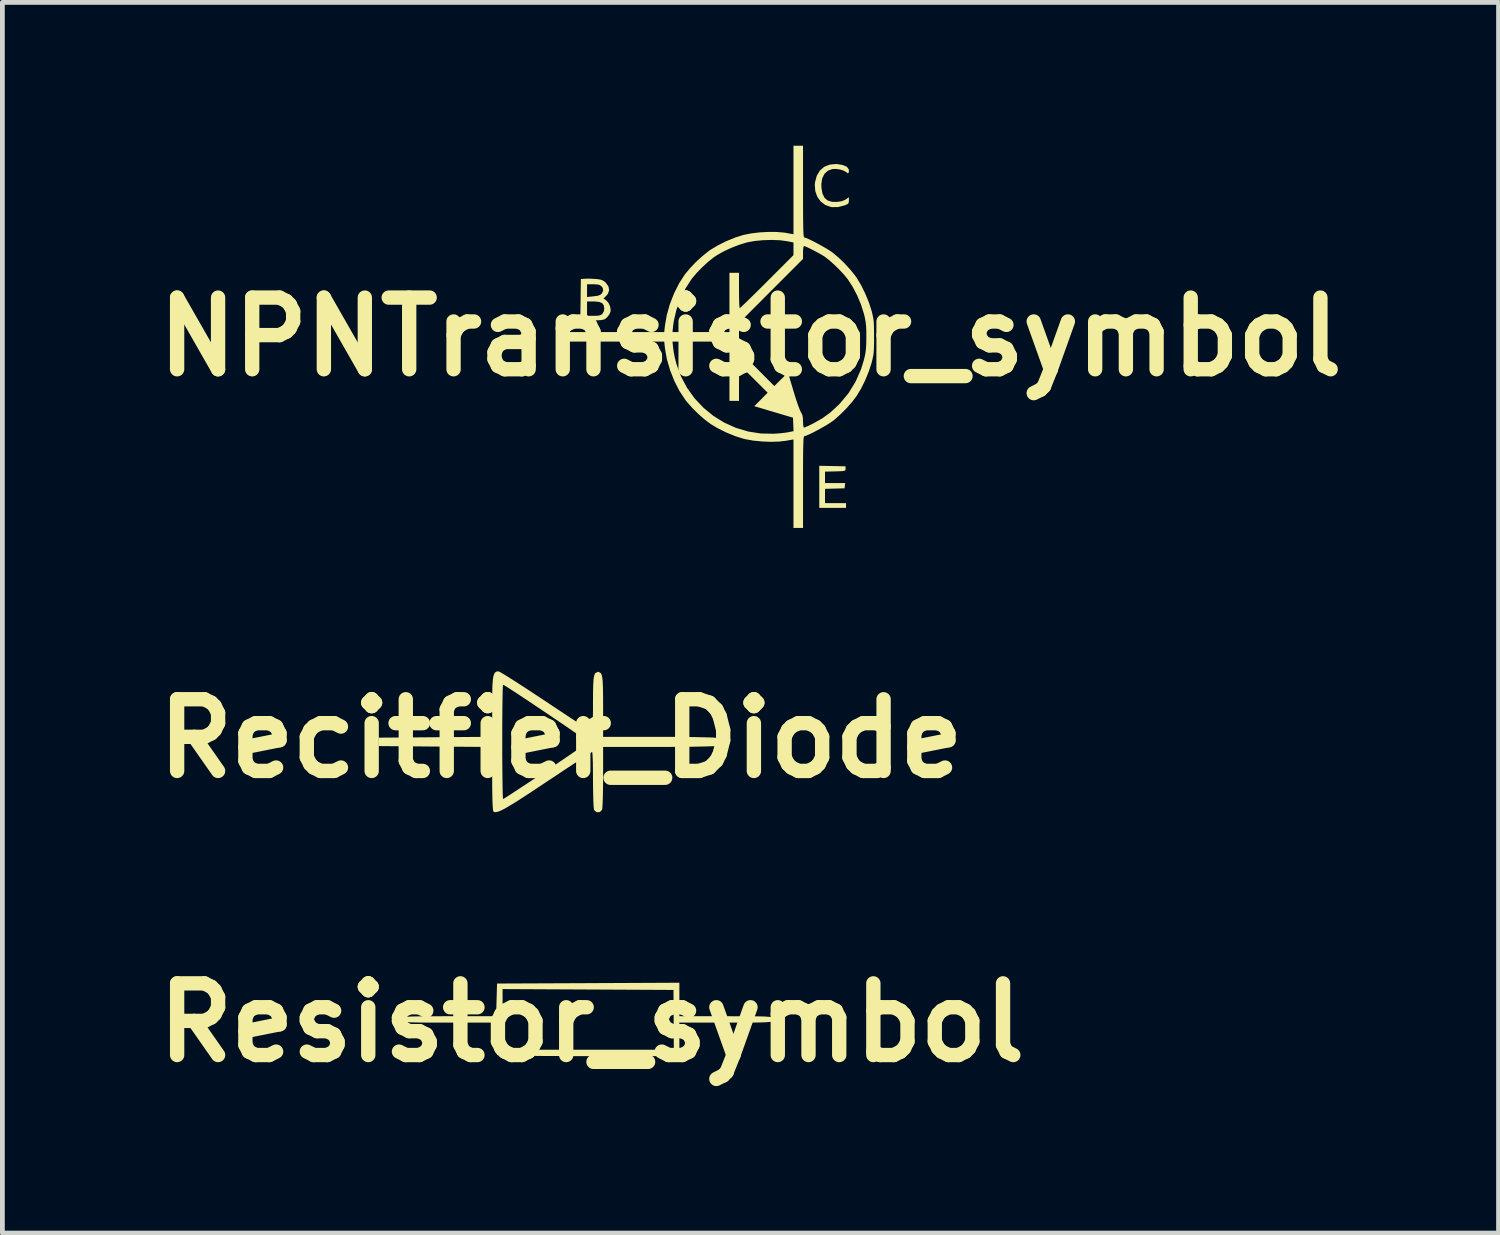
<source format=kicad_pcb>
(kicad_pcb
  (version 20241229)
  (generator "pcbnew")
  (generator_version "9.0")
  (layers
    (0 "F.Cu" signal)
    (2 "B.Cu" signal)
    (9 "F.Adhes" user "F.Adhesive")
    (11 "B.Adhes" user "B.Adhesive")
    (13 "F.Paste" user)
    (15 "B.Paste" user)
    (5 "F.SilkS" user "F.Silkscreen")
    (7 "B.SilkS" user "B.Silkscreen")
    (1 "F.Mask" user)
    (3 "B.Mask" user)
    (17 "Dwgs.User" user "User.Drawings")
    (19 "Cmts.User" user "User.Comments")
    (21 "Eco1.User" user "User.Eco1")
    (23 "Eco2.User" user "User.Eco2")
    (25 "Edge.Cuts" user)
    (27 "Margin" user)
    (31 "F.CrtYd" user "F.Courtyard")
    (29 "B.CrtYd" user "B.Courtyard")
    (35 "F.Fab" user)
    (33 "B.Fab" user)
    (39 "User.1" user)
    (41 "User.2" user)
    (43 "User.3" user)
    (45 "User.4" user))
  (footprint "Resistor_symbol"
    (layer "F.Cu")
    (at 9.336 18.353)
    (property "Reference" "Resistor_symbol" (at 0 0 0) (layer "F.SilkS") (effects (font (size 1.5 1.5) (thickness 0.3))))
    (attr board_only exclude_from_pos_files exclude_from_bom)
    (fp_poly (pts (xy 1.833 -0.484) (xy 1.833 -0.134) (xy 2.817 -0.134) (xy 3.098 -0.133) (xy 3.32 -0.133) (xy 3.49 -0.131) (xy 3.614 -0.128) (xy 3.699 -0.122) (xy 3.754 -0.114) (xy 3.784 -0.103) (xy 3.797 -0.089) (xy 3.8 -0.071) (xy 3.8 -0.067) (xy 3.798 -0.048) (xy 3.787 -0.033) (xy 3.761 -0.021) (xy 3.712 -0.013) (xy 3.633 -0.007) (xy 3.517 -0.003) (xy 3.357 -0.001) (xy 3.145 -0.000213) (xy 2.876 -0.000003) (xy 2.817 -0.000001) (xy 1.833 -0.000001) (xy 1.833 0.35) (xy 1.833 0.701) (xy -0.061 0.701) (xy -0.41 0.701) (xy -0.74 0.699) (xy -1.043 0.698) (xy -1.314 0.695) (xy -1.547 0.693) (xy -1.735 0.689) (xy -1.874 0.686) (xy -1.956 0.682) (xy -1.978 0.679) (xy -1.987 0.638) (xy -1.995 0.546) (xy -1.999 0.418) (xy -2 0.328) (xy -2 -0.000001) (xy -2.983 -0.000001) (xy -3.265 -0.000134) (xy -3.487 -0.001) (xy -3.656 -0.003) (xy -3.78 -0.006) (xy -3.866 -0.011) (xy -3.92 -0.019) (xy -3.95 -0.03) (xy -3.964 -0.044) (xy -3.967 -0.063) (xy -3.967 -0.067) (xy -3.967 -0.067) (xy -1.867 -0.067) (xy -1.867 0.567) (xy -0.075 0.567) (xy 1.717 0.567) (xy 1.713 -0.058) (xy 1.71 -0.684) (xy -0.078 -0.693) (xy -1.867 -0.702) (xy -1.867 -0.067) (xy -3.967 -0.067) (xy -3.965 -0.086) (xy -3.954 -0.101) (xy -3.928 -0.112) (xy -3.878 -0.121) (xy -3.799 -0.127) (xy -3.683 -0.13) (xy -3.523 -0.132) (xy -3.312 -0.133) (xy -3.042 -0.134) (xy -2.985 -0.134) (xy -2.002 -0.134) (xy -1.993 -0.476) (xy -1.983 -0.818) (xy -0.075 -0.826) (xy 1.833 -0.835)) (stroke (width 0) (type solid)) (fill yes) (layer "F.SilkS")))
  (footprint "Recitfier_Diode"
    (layer "F.Cu")
    (at 8.693 12.407)
    (property "Reference" "Recitfier_Diode" (at 0 0 0) (layer "F.SilkS") (effects (font (size 1.5 1.5) (thickness 0.3))))
    (attr board_only exclude_from_pos_files exclude_from_bom)
    (fp_poly (pts (xy -1.272 -1.388) (xy -1.182 -1.335) (xy -1.047 -1.251) (xy -0.877 -1.142) (xy -0.677 -1.012) (xy -0.455 -0.866) (xy -0.317 -0.774) (xy -0.087 -0.621) (xy 0.124 -0.481) (xy 0.309 -0.359) (xy 0.461 -0.26) (xy 0.573 -0.188) (xy 0.637 -0.148) (xy 0.65 -0.141) (xy 0.656 -0.174) (xy 0.661 -0.266) (xy 0.665 -0.406) (xy 0.668 -0.581) (xy 0.668 -0.734) (xy 0.669 -0.961) (xy 0.673 -1.126) (xy 0.68 -1.241) (xy 0.692 -1.315) (xy 0.708 -1.357) (xy 0.721 -1.372) (xy 0.777 -1.398) (xy 0.827 -1.372) (xy 0.846 -1.345) (xy 0.86 -1.293) (xy 0.87 -1.208) (xy 0.876 -1.08) (xy 0.879 -0.899) (xy 0.88 -0.682) (xy 0.88 -0.035) (xy 2.038 -0.035) (xy 2.318 -0.035) (xy 2.577 -0.033) (xy 2.807 -0.03) (xy 2.998 -0.026) (xy 3.141 -0.022) (xy 3.229 -0.017) (xy 3.251 -0.014) (xy 3.299 0.034) (xy 3.301 0.101) (xy 3.257 0.152) (xy 3.251 0.155) (xy 3.204 0.16) (xy 3.095 0.164) (xy 2.932 0.168) (xy 2.726 0.172) (xy 2.485 0.174) (xy 2.216 0.176) (xy 2.038 0.176) (xy 0.88 0.176) (xy 0.88 0.806) (xy 0.878 1.013) (xy 0.875 1.198) (xy 0.87 1.348) (xy 0.864 1.451) (xy 0.858 1.492) (xy 0.81 1.54) (xy 0.743 1.542) (xy 0.692 1.498) (xy 0.69 1.492) (xy 0.683 1.44) (xy 0.676 1.33) (xy 0.672 1.176) (xy 0.669 0.991) (xy 0.668 0.859) (xy 0.667 0.666) (xy 0.665 0.501) (xy 0.66 0.374) (xy 0.655 0.298) (xy 0.65 0.281) (xy 0.618 0.3) (xy 0.534 0.354) (xy 0.405 0.437) (xy 0.24 0.546) (xy 0.044 0.675) (xy -0.175 0.821) (xy -0.317 0.915) (xy -0.594 1.099) (xy -0.819 1.246) (xy -0.998 1.36) (xy -1.137 1.443) (xy -1.241 1.499) (xy -1.316 1.531) (xy -1.369 1.542) (xy -1.404 1.536) (xy -1.419 1.524) (xy -1.426 1.483) (xy -1.433 1.384) (xy -1.438 1.236) (xy -1.441 1.052) (xy -1.442 0.843) (xy -1.442 0.839) (xy -1.442 0.177) (xy -2.63 0.168) (xy -3.817 0.158) (xy -3.817 0.07) (xy -1.231 0.07) (xy -1.231 0.353) (xy -1.229 0.611) (xy -1.227 0.838) (xy -1.224 1.024) (xy -1.221 1.163) (xy -1.217 1.246) (xy -1.214 1.266) (xy -1.181 1.248) (xy -1.097 1.195) (xy -0.97 1.112) (xy -0.806 1.004) (xy -0.612 0.877) (xy -0.397 0.734) (xy -0.317 0.68) (xy -0.096 0.533) (xy 0.104 0.397) (xy 0.277 0.278) (xy 0.415 0.182) (xy 0.512 0.113) (xy 0.559 0.075) (xy 0.563 0.07) (xy 0.535 0.047) (xy 0.457 -0.01) (xy 0.338 -0.093) (xy 0.186 -0.198) (xy 0.01 -0.318) (xy -0.18 -0.447) (xy -0.378 -0.58) (xy -0.573 -0.711) (xy -0.756 -0.833) (xy -0.921 -0.942) (xy -1.056 -1.03) (xy -1.155 -1.093) (xy -1.208 -1.124) (xy -1.214 -1.126) (xy -1.218 -1.092) (xy -1.222 -0.996) (xy -1.225 -0.845) (xy -1.228 -0.649) (xy -1.23 -0.415) (xy -1.231 -0.15) (xy -1.231 0.07) (xy -3.817 0.07) (xy -3.817 -0.018) (xy -2.63 -0.027) (xy -1.442 -0.036) (xy -1.442 -0.679) (xy -1.441 -0.925) (xy -1.437 -1.109) (xy -1.427 -1.24) (xy -1.411 -1.326) (xy -1.387 -1.377) (xy -1.354 -1.401) (xy -1.312 -1.407)) (stroke (width 0) (type solid)) (fill yes) (layer "F.SilkS")))
  (footprint "NPNTransistor_symbol"
    (layer "F.Cu")
    (at 12.657 4)
    (property "Reference" "NPNTransistor_symbol" (at 0 0 0) (layer "F.SilkS") (effects (font (size 1.5 1.5) (thickness 0.3))))
    (attr board_only exclude_from_pos_files exclude_from_bom)
    (fp_poly (pts (xy 1.715 2.704) (xy 1.99 2.71) (xy 1.99 2.76) (xy 1.989 2.782) (xy 1.98 2.797) (xy 1.958 2.806) (xy 1.914 2.811) (xy 1.842 2.814) (xy 1.775 2.816) (xy 1.56 2.821) (xy 1.56 2.941) (xy 1.56 3.06) (xy 1.771 3.06) (xy 1.983 3.06) (xy 1.976 3.115) (xy 1.97 3.17) (xy 1.765 3.176) (xy 1.56 3.181) (xy 1.56 3.331) (xy 1.56 3.48) (xy 1.78 3.48) (xy 2 3.48) (xy 2 3.53) (xy 2 3.58) (xy 1.72 3.58) (xy 1.44 3.58) (xy 1.44 3.139) (xy 1.44 2.699)) (stroke (width 0) (type solid)) (fill yes) (layer "F.SilkS"))
    (fp_poly (pts (xy 1.82 -3.615) (xy 1.935 -3.595) (xy 2.013 -3.562) (xy 2.053 -3.515) (xy 2.06 -3.479) (xy 2.055 -3.433) (xy 2.038 -3.423) (xy 2.003 -3.447) (xy 2.001 -3.449) (xy 1.947 -3.48) (xy 1.87 -3.503) (xy 1.787 -3.515) (xy 1.715 -3.512) (xy 1.619 -3.476) (xy 1.547 -3.41) (xy 1.501 -3.316) (xy 1.483 -3.197) (xy 1.486 -3.118) (xy 1.507 -2.997) (xy 1.55 -2.91) (xy 1.615 -2.854) (xy 1.706 -2.826) (xy 1.809 -2.824) (xy 1.908 -2.838) (xy 1.981 -2.868) (xy 1.996 -2.877) (xy 2.06 -2.923) (xy 2.06 -2.853) (xy 2.056 -2.808) (xy 2.038 -2.782) (xy 1.996 -2.761) (xy 1.975 -2.753) (xy 1.832 -2.716) (xy 1.705 -2.715) (xy 1.68 -2.719) (xy 1.564 -2.761) (xy 1.469 -2.834) (xy 1.399 -2.931) (xy 1.357 -3.049) (xy 1.346 -3.181) (xy 1.352 -3.238) (xy 1.388 -3.372) (xy 1.453 -3.48) (xy 1.542 -3.558) (xy 1.655 -3.604) (xy 1.787 -3.617)) (stroke (width 0) (type solid)) (fill yes) (layer "F.SilkS"))
    (fp_poly (pts (xy -3.281 -1.214) (xy -3.221 -1.21) (xy -3.144 -1.199) (xy -3.092 -1.181) (xy -3.048 -1.151) (xy -3.026 -1.13) (xy -2.972 -1.055) (xy -2.958 -0.978) (xy -2.982 -0.903) (xy -3.018 -0.859) (xy -3.075 -0.802) (xy -3.026 -0.769) (xy -2.974 -0.715) (xy -2.938 -0.638) (xy -2.926 -0.557) (xy -2.929 -0.53) (xy -2.951 -0.475) (xy -2.991 -0.419) (xy -3.002 -0.409) (xy -3.028 -0.384) (xy -3.054 -0.367) (xy -3.088 -0.357) (xy -3.137 -0.35) (xy -3.21 -0.346) (xy -3.312 -0.343) (xy -3.561 -0.337) (xy -3.558 -0.59) (xy -3.42 -0.59) (xy -3.42 -0.44) (xy -3.28 -0.44) (xy -3.2 -0.442) (xy -3.148 -0.451) (xy -3.113 -0.469) (xy -3.1 -0.48) (xy -3.068 -0.538) (xy -3.06 -0.59) (xy -3.07 -0.658) (xy -3.102 -0.704) (xy -3.163 -0.73) (xy -3.255 -0.74) (xy -3.28 -0.74) (xy -3.42 -0.74) (xy -3.42 -0.59) (xy -3.558 -0.59) (xy -3.555 -0.773) (xy -3.553 -0.967) (xy -3.42 -0.967) (xy -3.42 -0.834) (xy -3.285 -0.848) (xy -3.202 -0.859) (xy -3.148 -0.877) (xy -3.115 -0.903) (xy -3.083 -0.963) (xy -3.092 -1.022) (xy -3.12 -1.06) (xy -3.153 -1.083) (xy -3.199 -1.096) (xy -3.27 -1.1) (xy -3.29 -1.1) (xy -3.42 -1.1) (xy -3.42 -0.967) (xy -3.553 -0.967) (xy -3.55 -1.21) (xy -3.45 -1.217) (xy -3.373 -1.218)) (stroke (width 0) (type solid)) (fill yes) (layer "F.SilkS"))
    (fp_poly (pts (xy 1.1 -3.04) (xy 1.1 -2.811) (xy 1.101 -2.62) (xy 1.102 -2.463) (xy 1.104 -2.337) (xy 1.106 -2.24) (xy 1.109 -2.168) (xy 1.113 -2.12) (xy 1.118 -2.092) (xy 1.124 -2.08) (xy 1.126 -2.08) (xy 1.161 -2.07) (xy 1.223 -2.044) (xy 1.304 -2.005) (xy 1.396 -1.957) (xy 1.492 -1.904) (xy 1.583 -1.852) (xy 1.662 -1.803) (xy 1.721 -1.762) (xy 1.839 -1.663) (xy 1.964 -1.544) (xy 2.082 -1.415) (xy 2.184 -1.291) (xy 2.22 -1.24) (xy 2.313 -1.086) (xy 2.401 -0.908) (xy 2.478 -0.722) (xy 2.535 -0.546) (xy 2.554 -0.469) (xy 2.568 -0.401) (xy 2.578 -0.334) (xy 2.583 -0.257) (xy 2.586 -0.161) (xy 2.587 -0.037) (xy 2.587 0) (xy 2.587 0.133) (xy 2.584 0.235) (xy 2.58 0.316) (xy 2.571 0.385) (xy 2.558 0.451) (xy 2.54 0.525) (xy 2.535 0.546) (xy 2.477 0.723) (xy 2.401 0.909) (xy 2.313 1.087) (xy 2.22 1.24) (xy 2.13 1.359) (xy 2.018 1.487) (xy 1.894 1.612) (xy 1.772 1.722) (xy 1.721 1.762) (xy 1.662 1.803) (xy 1.583 1.852) (xy 1.491 1.905) (xy 1.396 1.957) (xy 1.304 2.005) (xy 1.223 2.044) (xy 1.161 2.07) (xy 1.126 2.08) (xy 1.119 2.087) (xy 1.114 2.111) (xy 1.11 2.154) (xy 1.107 2.22) (xy 1.104 2.31) (xy 1.102 2.428) (xy 1.101 2.577) (xy 1.1 2.76) (xy 1.1 2.979) (xy 1.1 3.04) (xy 1.1 4) (xy 1 4) (xy 0.9 4) (xy 0.9 3.074) (xy 0.9 2.147) (xy 0.745 2.175) (xy 0.597 2.192) (xy 0.424 2.197) (xy 0.241 2.19) (xy 0.061 2.172) (xy -0.103 2.143) (xy -0.146 2.133) (xy -0.325 2.076) (xy -0.513 1.999) (xy -0.693 1.909) (xy -0.84 1.82) (xy -0.959 1.73) (xy -1.087 1.618) (xy -1.212 1.495) (xy -1.321 1.372) (xy -1.362 1.321) (xy -1.484 1.137) (xy -1.592 0.926) (xy -1.682 0.7) (xy -1.749 0.47) (xy -1.789 0.248) (xy -1.79 0.235) (xy -1.805 0.1) (xy -1.632 0.1) (xy -1.617 0.246) (xy -1.603 0.337) (xy -1.581 0.445) (xy -1.555 0.549) (xy -1.55 0.566) (xy -1.455 0.827) (xy -1.327 1.068) (xy -1.169 1.288) (xy -0.985 1.483) (xy -0.778 1.653) (xy -0.551 1.794) (xy -0.307 1.904) (xy -0.05 1.981) (xy 0.218 2.023) (xy 0.48 2.028) (xy 0.58 2.022) (xy 0.681 2.012) (xy 0.765 2.001) (xy 0.786 1.997) (xy 0.902 1.974) (xy 0.896 1.833) (xy 0.89 1.692) (xy 0.485 1.572) (xy 0.08 1.451) (xy 0.22 1.31) (xy 0.36 1.169) (xy 0.075 0.885) (xy -0.013 0.798) (xy -0.091 0.722) (xy -0.155 0.661) (xy -0.201 0.619) (xy -0.224 0.601) (xy -0.225 0.6) (xy -0.23 0.619) (xy -0.234 0.672) (xy -0.237 0.752) (xy -0.239 0.854) (xy -0.24 0.97) (xy -0.24 1.34) (xy -0.34 1.34) (xy -0.44 1.34) (xy -0.44 0.72) (xy -0.44 0.1) (xy -1.036 0.1) (xy -1.632 0.1) (xy -1.805 0.1) (xy -2.902 0.1) (xy -4 0.1) (xy -4 0) (xy -4 -0.1) (xy -2.902 -0.1) (xy -1.805 -0.1) (xy -1.632 -0.1) (xy -1.036 -0.1) (xy -0.44 -0.1) (xy -0.44 -0.289) (xy -0.24 -0.289) (xy -0.24 -0.000403) (xy -0.24 0.288) (xy 0.13 0.659) (xy 0.499 1.03) (xy 0.639 0.891) (xy 0.699 0.833) (xy 0.747 0.789) (xy 0.778 0.764) (xy 0.786 0.761) (xy 0.794 0.782) (xy 0.811 0.836) (xy 0.835 0.915) (xy 0.865 1.015) (xy 0.899 1.13) (xy 0.902 1.139) (xy 0.938 1.259) (xy 0.975 1.37) (xy 1.008 1.465) (xy 1.036 1.536) (xy 1.055 1.575) (xy 1.083 1.627) (xy 1.096 1.689) (xy 1.1 1.771) (xy 1.103 1.84) (xy 1.111 1.886) (xy 1.12 1.9) (xy 1.146 1.891) (xy 1.198 1.869) (xy 1.269 1.835) (xy 1.315 1.812) (xy 1.506 1.704) (xy 1.676 1.58) (xy 1.839 1.429) (xy 1.872 1.396) (xy 2.054 1.176) (xy 2.201 0.936) (xy 2.315 0.676) (xy 2.372 0.49) (xy 2.394 0.4) (xy 2.409 0.321) (xy 2.418 0.24) (xy 2.423 0.145) (xy 2.425 0.025) (xy 2.425 0) (xy 2.424 -0.126) (xy 2.42 -0.225) (xy 2.411 -0.307) (xy 2.397 -0.386) (xy 2.377 -0.474) (xy 2.372 -0.49) (xy 2.313 -0.677) (xy 2.233 -0.868) (xy 2.139 -1.047) (xy 2.039 -1.201) (xy 1.959 -1.3) (xy 1.859 -1.407) (xy 1.751 -1.513) (xy 1.645 -1.607) (xy 1.555 -1.677) (xy 1.499 -1.712) (xy 1.426 -1.754) (xy 1.345 -1.797) (xy 1.265 -1.838) (xy 1.195 -1.872) (xy 1.143 -1.894) (xy 1.121 -1.9) (xy 1.109 -1.881) (xy 1.102 -1.83) (xy 1.1 -1.765) (xy 1.1 -1.631) (xy 0.43 -0.96) (xy -0.24 -0.289) (xy -0.44 -0.289) (xy -0.44 -0.72) (xy -0.44 -1.34) (xy -0.34 -1.34) (xy -0.24 -1.34) (xy -0.24 -0.97) (xy -0.239 -0.853) (xy -0.237 -0.752) (xy -0.234 -0.672) (xy -0.23 -0.619) (xy -0.225 -0.6) (xy -0.208 -0.614) (xy -0.166 -0.653) (xy -0.102 -0.714) (xy -0.019 -0.795) (xy 0.079 -0.891) (xy 0.191 -1.001) (xy 0.311 -1.121) (xy 0.345 -1.155) (xy 0.9 -1.71) (xy 0.9 -1.843) (xy 0.9 -1.975) (xy 0.765 -2.002) (xy 0.616 -2.022) (xy 0.444 -2.028) (xy 0.263 -2.023) (xy 0.087 -2.006) (xy -0.07 -1.977) (xy -0.09 -1.972) (xy -0.241 -1.925) (xy -0.4 -1.863) (xy -0.556 -1.791) (xy -0.693 -1.714) (xy -0.768 -1.665) (xy -0.883 -1.573) (xy -1.005 -1.461) (xy -1.122 -1.341) (xy -1.22 -1.226) (xy -1.239 -1.2) (xy -1.364 -1.005) (xy -1.47 -0.788) (xy -1.551 -0.561) (xy -1.604 -0.335) (xy -1.617 -0.246) (xy -1.632 -0.1) (xy -1.805 -0.1) (xy -1.79 -0.235) (xy -1.752 -0.455) (xy -1.687 -0.685) (xy -1.598 -0.912) (xy -1.491 -1.125) (xy -1.37 -1.311) (xy -1.362 -1.321) (xy -1.263 -1.439) (xy -1.144 -1.564) (xy -1.015 -1.682) (xy -0.891 -1.783) (xy -0.84 -1.82) (xy -0.682 -1.915) (xy -0.5 -2.005) (xy -0.313 -2.081) (xy -0.146 -2.133) (xy 0.01 -2.164) (xy 0.187 -2.186) (xy 0.37 -2.196) (xy 0.547 -2.195) (xy 0.704 -2.182) (xy 0.745 -2.175) (xy 0.9 -2.147) (xy 0.9 -3.074) (xy 0.9 -4) (xy 1 -4) (xy 1.1 -4)) (stroke (width 0) (type solid)) (fill yes) (layer "F.SilkS")))
  (gr_rect
    (start -3 -3)
    (end 28.314 22.757)
    (stroke (width 0.1) (type default))
    (fill no)
    (layer "Edge.Cuts")))
</source>
